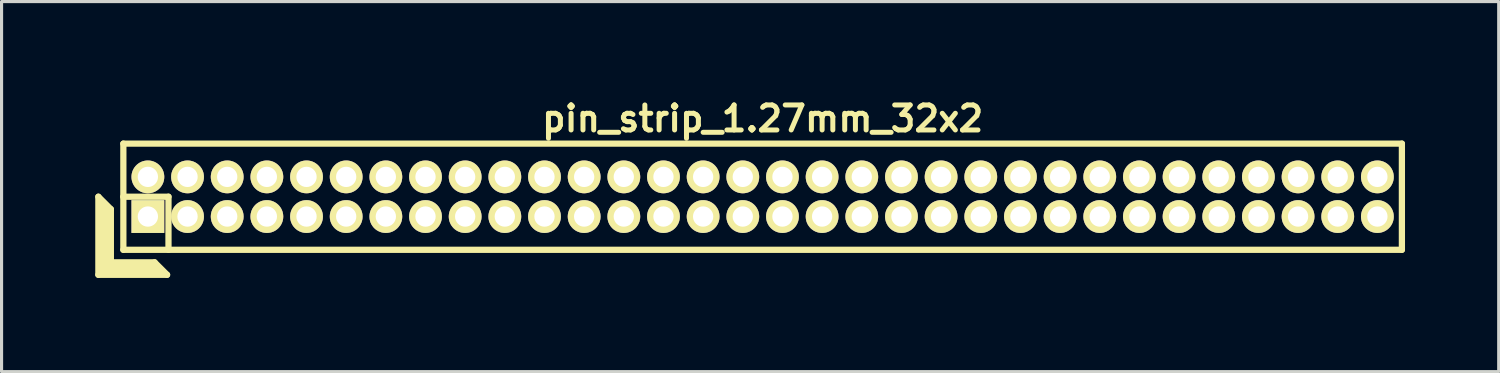
<source format=kicad_pcb>
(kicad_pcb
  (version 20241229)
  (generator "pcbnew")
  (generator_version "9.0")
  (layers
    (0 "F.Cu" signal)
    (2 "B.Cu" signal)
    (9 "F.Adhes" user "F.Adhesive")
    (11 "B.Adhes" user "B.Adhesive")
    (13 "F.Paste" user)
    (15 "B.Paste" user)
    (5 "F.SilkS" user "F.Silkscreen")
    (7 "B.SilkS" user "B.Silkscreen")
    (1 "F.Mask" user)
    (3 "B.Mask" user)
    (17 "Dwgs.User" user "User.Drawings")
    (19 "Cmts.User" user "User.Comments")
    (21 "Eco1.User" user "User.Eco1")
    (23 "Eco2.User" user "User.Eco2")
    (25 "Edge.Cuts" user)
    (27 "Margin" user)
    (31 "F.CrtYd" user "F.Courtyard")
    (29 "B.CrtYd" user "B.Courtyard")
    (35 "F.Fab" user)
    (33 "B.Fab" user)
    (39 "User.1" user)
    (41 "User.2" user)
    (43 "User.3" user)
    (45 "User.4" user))
  (footprint "pin_strip_1.27mm_32x2"
    (layer "F.Cu")
    (at 21.37 3.249)
    (property "Reference" "pin_strip_1.27mm_32x2" (at 0 -2.5 0) (layer "F.SilkS") (effects (font (size 0.8 0.8) (thickness 0.16))))
    (attr through_hole)
    (fp_line (start -21.27 0) (end -21.27 2.5) (stroke (width 0.2) (type solid)) (layer "F.SilkS"))
    (fp_line (start -21.27 0) (end -20.87 0.4) (stroke (width 0.2) (type solid)) (layer "F.SilkS"))
    (fp_line (start -21.27 2.5) (end -19.07 2.5) (stroke (width 0.2) (type solid)) (layer "F.SilkS"))
    (fp_line (start -21.17 2.4) (end -21.17 0.2) (stroke (width 0.2) (type solid)) (layer "F.SilkS"))
    (fp_line (start -21.17 2.4) (end -19.27 2.4) (stroke (width 0.2) (type solid)) (layer "F.SilkS"))
    (fp_line (start -21.07 2.3) (end -21.07 0.3) (stroke (width 0.2) (type solid)) (layer "F.SilkS"))
    (fp_line (start -21.07 2.3) (end -19.37 2.3) (stroke (width 0.2) (type solid)) (layer "F.SilkS"))
    (fp_line (start -20.97 2.2) (end -20.97 0.4) (stroke (width 0.2) (type solid)) (layer "F.SilkS"))
    (fp_line (start -20.97 2.2) (end -19.47 2.2) (stroke (width 0.2) (type solid)) (layer "F.SilkS"))
    (fp_line (start -20.87 2.1) (end -20.87 0.4) (stroke (width 0.2) (type solid)) (layer "F.SilkS"))
    (fp_line (start -20.87 2.1) (end -19.47 2.1) (stroke (width 0.2) (type solid)) (layer "F.SilkS"))
    (fp_line (start -20.475 0) (end -19.025 0) (stroke (width 0.2) (type solid)) (layer "F.SilkS"))
    (fp_line (start -20.47 -1.7) (end 20.47 -1.7) (stroke (width 0.2) (type solid)) (layer "F.SilkS"))
    (fp_line (start -20.47 1.7) (end -20.47 -1.7) (stroke (width 0.2) (type solid)) (layer "F.SilkS"))
    (fp_line (start -19.47 2.1) (end -19.07 2.5) (stroke (width 0.2) (type solid)) (layer "F.SilkS"))
    (fp_line (start -19.025 0) (end -19.025 1.7) (stroke (width 0.2) (type solid)) (layer "F.SilkS"))
    (fp_line (start 20.47 -1.7) (end 20.47 1.7) (stroke (width 0.2) (type solid)) (layer "F.SilkS"))
    (fp_line (start 20.47 1.7) (end -20.47 1.7) (stroke (width 0.2) (type solid)) (layer "F.SilkS"))
    (pad "1" thru_hole rect (at -19.685 0.635) (size 1.05 1.05) (drill 0.65) (layers "*.Cu" "*.Mask" "F.SilkS"))
    (pad "2" thru_hole oval (at -19.685 -0.635) (size 1.05 1.05) (drill 0.65) (layers "*.Cu" "*.Mask" "F.SilkS"))
    (pad "3" thru_hole oval (at -18.415 0.635) (size 1.05 1.05) (drill 0.65) (layers "*.Cu" "*.Mask" "F.SilkS"))
    (pad "4" thru_hole oval (at -18.415 -0.635) (size 1.05 1.05) (drill 0.65) (layers "*.Cu" "*.Mask" "F.SilkS"))
    (pad "5" thru_hole oval (at -17.145 0.635) (size 1.05 1.05) (drill 0.65) (layers "*.Cu" "*.Mask" "F.SilkS"))
    (pad "6" thru_hole oval (at -17.145 -0.635) (size 1.05 1.05) (drill 0.65) (layers "*.Cu" "*.Mask" "F.SilkS"))
    (pad "7" thru_hole oval (at -15.875 0.635) (size 1.05 1.05) (drill 0.65) (layers "*.Cu" "*.Mask" "F.SilkS"))
    (pad "8" thru_hole oval (at -15.875 -0.635) (size 1.05 1.05) (drill 0.65) (layers "*.Cu" "*.Mask" "F.SilkS"))
    (pad "9" thru_hole oval (at -14.605 0.635) (size 1.05 1.05) (drill 0.65) (layers "*.Cu" "*.Mask" "F.SilkS"))
    (pad "10" thru_hole oval (at -14.605 -0.635) (size 1.05 1.05) (drill 0.65) (layers "*.Cu" "*.Mask" "F.SilkS"))
    (pad "11" thru_hole oval (at -13.335 0.635) (size 1.05 1.05) (drill 0.65) (layers "*.Cu" "*.Mask" "F.SilkS"))
    (pad "12" thru_hole oval (at -13.335 -0.635) (size 1.05 1.05) (drill 0.65) (layers "*.Cu" "*.Mask" "F.SilkS"))
    (pad "13" thru_hole oval (at -12.065 0.635) (size 1.05 1.05) (drill 0.65) (layers "*.Cu" "*.Mask" "F.SilkS"))
    (pad "14" thru_hole oval (at -12.065 -0.635) (size 1.05 1.05) (drill 0.65) (layers "*.Cu" "*.Mask" "F.SilkS"))
    (pad "15" thru_hole oval (at -10.795 0.635) (size 1.05 1.05) (drill 0.65) (layers "*.Cu" "*.Mask" "F.SilkS"))
    (pad "16" thru_hole oval (at -10.795 -0.635) (size 1.05 1.05) (drill 0.65) (layers "*.Cu" "*.Mask" "F.SilkS"))
    (pad "17" thru_hole oval (at -9.525 0.635) (size 1.05 1.05) (drill 0.65) (layers "*.Cu" "*.Mask" "F.SilkS"))
    (pad "18" thru_hole oval (at -9.525 -0.635) (size 1.05 1.05) (drill 0.65) (layers "*.Cu" "*.Mask" "F.SilkS"))
    (pad "19" thru_hole oval (at -8.255 0.635) (size 1.05 1.05) (drill 0.65) (layers "*.Cu" "*.Mask" "F.SilkS"))
    (pad "20" thru_hole oval (at -8.255 -0.635) (size 1.05 1.05) (drill 0.65) (layers "*.Cu" "*.Mask" "F.SilkS"))
    (pad "21" thru_hole oval (at -6.985 0.635) (size 1.05 1.05) (drill 0.65) (layers "*.Cu" "*.Mask" "F.SilkS"))
    (pad "22" thru_hole oval (at -6.985 -0.635) (size 1.05 1.05) (drill 0.65) (layers "*.Cu" "*.Mask" "F.SilkS"))
    (pad "23" thru_hole oval (at -5.715 0.635) (size 1.05 1.05) (drill 0.65) (layers "*.Cu" "*.Mask" "F.SilkS"))
    (pad "24" thru_hole oval (at -5.715 -0.635) (size 1.05 1.05) (drill 0.65) (layers "*.Cu" "*.Mask" "F.SilkS"))
    (pad "25" thru_hole oval (at -4.445 0.635) (size 1.05 1.05) (drill 0.65) (layers "*.Cu" "*.Mask" "F.SilkS"))
    (pad "26" thru_hole oval (at -4.445 -0.635) (size 1.05 1.05) (drill 0.65) (layers "*.Cu" "*.Mask" "F.SilkS"))
    (pad "27" thru_hole oval (at -3.175 0.635) (size 1.05 1.05) (drill 0.65) (layers "*.Cu" "*.Mask" "F.SilkS"))
    (pad "28" thru_hole oval (at -3.175 -0.635) (size 1.05 1.05) (drill 0.65) (layers "*.Cu" "*.Mask" "F.SilkS"))
    (pad "29" thru_hole oval (at -1.905 0.635) (size 1.05 1.05) (drill 0.65) (layers "*.Cu" "*.Mask" "F.SilkS"))
    (pad "30" thru_hole oval (at -1.905 -0.635) (size 1.05 1.05) (drill 0.65) (layers "*.Cu" "*.Mask" "F.SilkS"))
    (pad "31" thru_hole oval (at -0.635 0.635) (size 1.05 1.05) (drill 0.65) (layers "*.Cu" "*.Mask" "F.SilkS"))
    (pad "32" thru_hole oval (at -0.635 -0.635) (size 1.05 1.05) (drill 0.65) (layers "*.Cu" "*.Mask" "F.SilkS"))
    (pad "33" thru_hole oval (at 0.635 0.635) (size 1.05 1.05) (drill 0.65) (layers "*.Cu" "*.Mask" "F.SilkS"))
    (pad "34" thru_hole oval (at 0.635 -0.635) (size 1.05 1.05) (drill 0.65) (layers "*.Cu" "*.Mask" "F.SilkS"))
    (pad "35" thru_hole oval (at 1.905 0.635) (size 1.05 1.05) (drill 0.65) (layers "*.Cu" "*.Mask" "F.SilkS"))
    (pad "36" thru_hole oval (at 1.905 -0.635) (size 1.05 1.05) (drill 0.65) (layers "*.Cu" "*.Mask" "F.SilkS"))
    (pad "37" thru_hole oval (at 3.175 0.635) (size 1.05 1.05) (drill 0.65) (layers "*.Cu" "*.Mask" "F.SilkS"))
    (pad "38" thru_hole oval (at 3.175 -0.635) (size 1.05 1.05) (drill 0.65) (layers "*.Cu" "*.Mask" "F.SilkS"))
    (pad "39" thru_hole oval (at 4.445 0.635) (size 1.05 1.05) (drill 0.65) (layers "*.Cu" "*.Mask" "F.SilkS"))
    (pad "40" thru_hole oval (at 4.445 -0.635) (size 1.05 1.05) (drill 0.65) (layers "*.Cu" "*.Mask" "F.SilkS"))
    (pad "41" thru_hole oval (at 5.715 0.635) (size 1.05 1.05) (drill 0.65) (layers "*.Cu" "*.Mask" "F.SilkS"))
    (pad "42" thru_hole oval (at 5.715 -0.635) (size 1.05 1.05) (drill 0.65) (layers "*.Cu" "*.Mask" "F.SilkS"))
    (pad "43" thru_hole oval (at 6.985 0.635) (size 1.05 1.05) (drill 0.65) (layers "*.Cu" "*.Mask" "F.SilkS"))
    (pad "44" thru_hole oval (at 6.985 -0.635) (size 1.05 1.05) (drill 0.65) (layers "*.Cu" "*.Mask" "F.SilkS"))
    (pad "45" thru_hole oval (at 8.255 0.635) (size 1.05 1.05) (drill 0.65) (layers "*.Cu" "*.Mask" "F.SilkS"))
    (pad "46" thru_hole oval (at 8.255 -0.635) (size 1.05 1.05) (drill 0.65) (layers "*.Cu" "*.Mask" "F.SilkS"))
    (pad "47" thru_hole oval (at 9.525 0.635) (size 1.05 1.05) (drill 0.65) (layers "*.Cu" "*.Mask" "F.SilkS"))
    (pad "48" thru_hole oval (at 9.525 -0.635) (size 1.05 1.05) (drill 0.65) (layers "*.Cu" "*.Mask" "F.SilkS"))
    (pad "49" thru_hole oval (at 10.795 0.635) (size 1.05 1.05) (drill 0.65) (layers "*.Cu" "*.Mask" "F.SilkS"))
    (pad "50" thru_hole oval (at 10.795 -0.635) (size 1.05 1.05) (drill 0.65) (layers "*.Cu" "*.Mask" "F.SilkS"))
    (pad "51" thru_hole circle (at 12.065 0.635) (size 1.05 1.05) (drill 0.65) (layers "*.Cu" "*.Mask" "F.SilkS"))
    (pad "52" thru_hole oval (at 12.065 -0.635) (size 1.05 1.05) (drill 0.65) (layers "*.Cu" "*.Mask" "F.SilkS"))
    (pad "53" thru_hole oval (at 13.335 0.635) (size 1.05 1.05) (drill 0.65) (layers "*.Cu" "*.Mask" "F.SilkS"))
    (pad "54" thru_hole oval (at 13.335 -0.635) (size 1.05 1.05) (drill 0.65) (layers "*.Cu" "*.Mask" "F.SilkS"))
    (pad "55" thru_hole oval (at 14.605 0.635) (size 1.05 1.05) (drill 0.65) (layers "*.Cu" "*.Mask" "F.SilkS"))
    (pad "56" thru_hole oval (at 14.605 -0.635) (size 1.05 1.05) (drill 0.65) (layers "*.Cu" "*.Mask" "F.SilkS"))
    (pad "57" thru_hole oval (at 15.875 0.635) (size 1.05 1.05) (drill 0.65) (layers "*.Cu" "*.Mask" "F.SilkS"))
    (pad "58" thru_hole oval (at 15.875 -0.635) (size 1.05 1.05) (drill 0.65) (layers "*.Cu" "*.Mask" "F.SilkS"))
    (pad "59" thru_hole oval (at 17.145 0.635) (size 1.05 1.05) (drill 0.65) (layers "*.Cu" "*.Mask" "F.SilkS"))
    (pad "60" thru_hole oval (at 17.145 -0.635) (size 1.05 1.05) (drill 0.65) (layers "*.Cu" "*.Mask" "F.SilkS"))
    (pad "61" thru_hole oval (at 18.415 0.635) (size 1.05 1.05) (drill 0.65) (layers "*.Cu" "*.Mask" "F.SilkS"))
    (pad "62" thru_hole oval (at 18.415 -0.635) (size 1.05 1.05) (drill 0.65) (layers "*.Cu" "*.Mask" "F.SilkS"))
    (pad "63" thru_hole oval (at 19.685 0.635) (size 1.05 1.05) (drill 0.65) (layers "*.Cu" "*.Mask" "F.SilkS"))
    (pad "64" thru_hole oval (at 19.685 -0.635) (size 1.05 1.05) (drill 0.65) (layers "*.Cu" "*.Mask" "F.SilkS")))
  (gr_rect
    (start -3 -3)
    (end 44.94 8.849)
    (stroke (width 0.1) (type default))
    (fill no)
    (layer "Edge.Cuts")))
</source>
